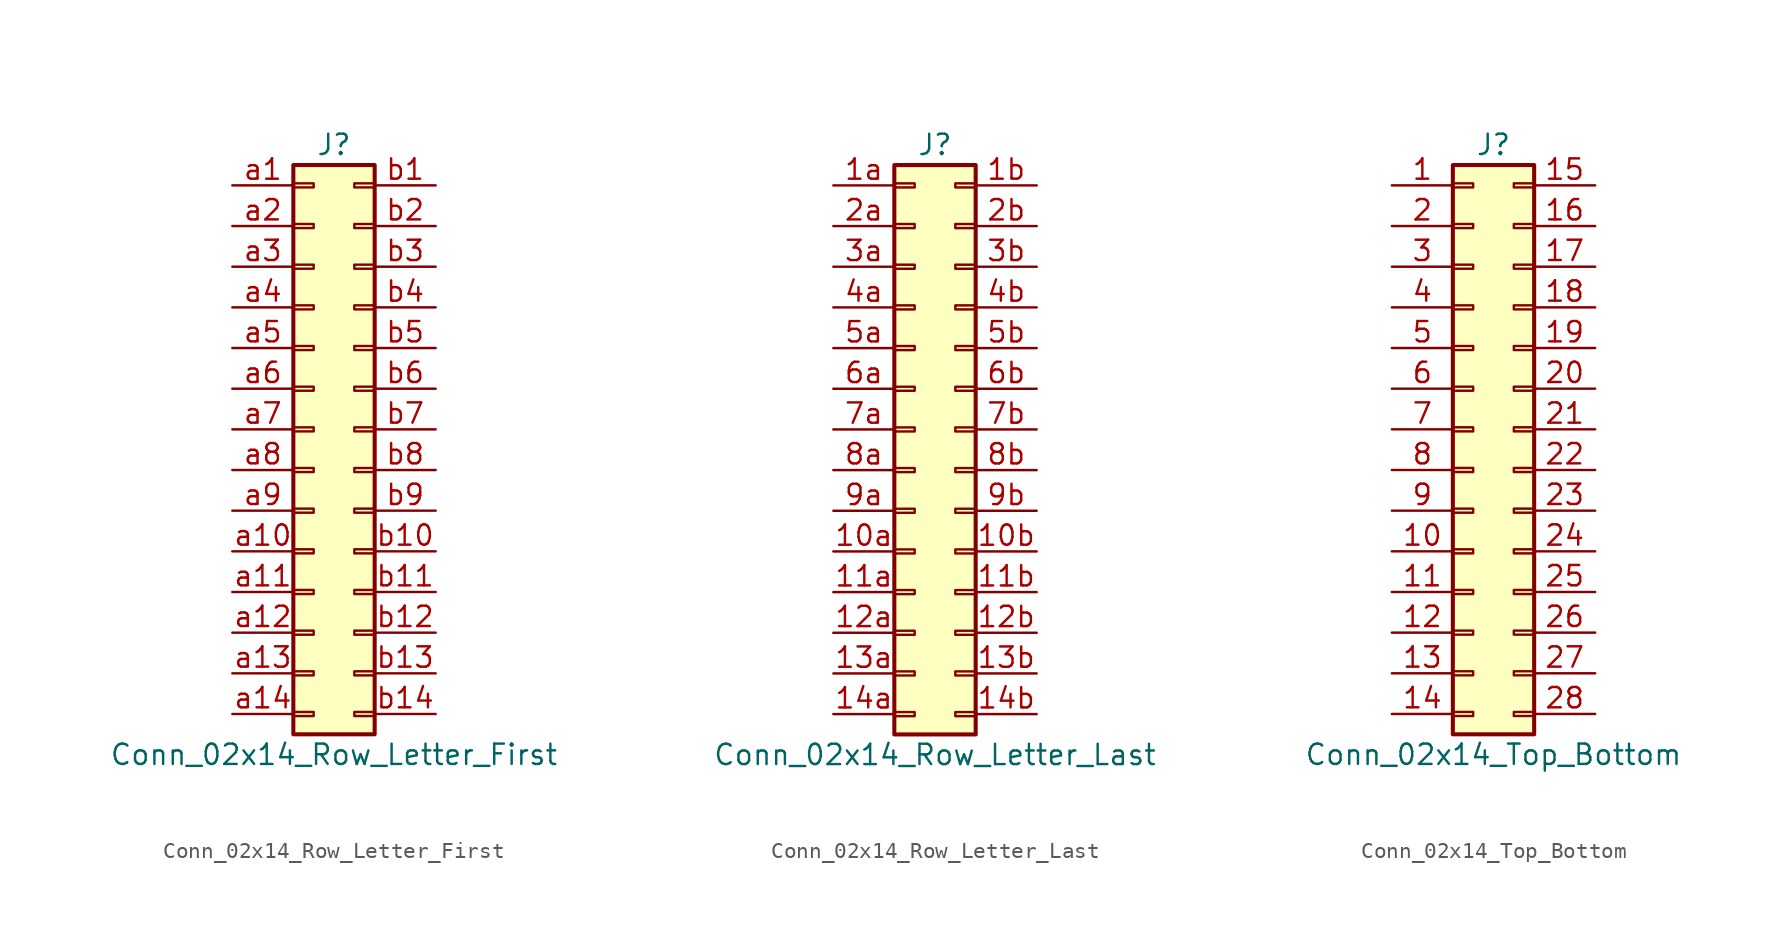
<source format=kicad_sym>
(kicad_symbol_lib
  (version 20201005)
  (generator kicad_symbol_editor)
  (symbol "Connector_Generic:Conn_02x14_Row_Letter_First"
    (pin_names
      (offset 1.016) hide)
    (property "Reference" "J"
      (at 1.27 17.78 0)
      (effects (font (size 1.27 1.27))))
    (property "Value" "Conn_02x14_Row_Letter_First"
      (at 1.27 -20.32 0)
      (effects (font (size 1.27 1.27))))
    (symbol "Conn_02x14_Row_Letter_First_1_1"
      (rectangle (start -1.27 -4.953) (end 0 -5.207) (stroke (width 0.152)) (fill (type none)))
      (rectangle (start -1.27 -7.493) (end 0 -7.747) (stroke (width 0.152)) (fill (type none)))
      (rectangle (start -1.27 -10.033) (end 0 -10.287) (stroke (width 0.152)) (fill (type none)))
      (rectangle (start -1.27 -12.573) (end 0 -12.827) (stroke (width 0.152)) (fill (type none)))
      (rectangle (start -1.27 -15.113) (end 0 -15.367) (stroke (width 0.152)) (fill (type none)))
      (rectangle (start -1.27 -17.653) (end 0 -17.907) (stroke (width 0.152)) (fill (type none)))
      (rectangle (start -1.27 -2.413) (end 0 -2.667) (stroke (width 0.152)) (fill (type none)))
      (rectangle (start -1.27 2.667) (end 0 2.413) (stroke (width 0.152)) (fill (type none)))
      (rectangle (start -1.27 5.207) (end 0 4.953) (stroke (width 0.152)) (fill (type none)))
      (rectangle (start -1.27 7.747) (end 0 7.493) (stroke (width 0.152)) (fill (type none)))
      (rectangle (start -1.27 10.287) (end 0 10.033) (stroke (width 0.152)) (fill (type none)))
      (rectangle (start -1.27 0.127) (end 0 -0.127) (stroke (width 0.152)) (fill (type none)))
      (rectangle (start -1.27 12.827) (end 0 12.573) (stroke (width 0.152)) (fill (type none)))
      (rectangle (start -1.27 15.367) (end 0 15.113) (stroke (width 0.152)) (fill (type none)))
      (rectangle (start -1.27 16.51) (end 3.81 -19.05) (stroke (width 0.254)) (fill (type background)))
      (rectangle (start 3.81 -4.953) (end 2.54 -5.207) (stroke (width 0.152)) (fill (type none)))
      (rectangle (start 3.81 -7.493) (end 2.54 -7.747) (stroke (width 0.152)) (fill (type none)))
      (rectangle (start 3.81 -10.033) (end 2.54 -10.287) (stroke (width 0.152)) (fill (type none)))
      (rectangle (start 3.81 -12.573) (end 2.54 -12.827) (stroke (width 0.152)) (fill (type none)))
      (rectangle (start 3.81 -15.113) (end 2.54 -15.367) (stroke (width 0.152)) (fill (type none)))
      (rectangle (start 3.81 -17.653) (end 2.54 -17.907) (stroke (width 0.152)) (fill (type none)))
      (rectangle (start 3.81 -2.413) (end 2.54 -2.667) (stroke (width 0.152)) (fill (type none)))
      (rectangle (start 3.81 2.667) (end 2.54 2.413) (stroke (width 0.152)) (fill (type none)))
      (rectangle (start 3.81 5.207) (end 2.54 4.953) (stroke (width 0.152)) (fill (type none)))
      (rectangle (start 3.81 7.747) (end 2.54 7.493) (stroke (width 0.152)) (fill (type none)))
      (rectangle (start 3.81 10.287) (end 2.54 10.033) (stroke (width 0.152)) (fill (type none)))
      (rectangle (start 3.81 0.127) (end 2.54 -0.127) (stroke (width 0.152)) (fill (type none)))
      (rectangle (start 3.81 12.827) (end 2.54 12.573) (stroke (width 0.152)) (fill (type none)))
      (rectangle (start 3.81 15.367) (end 2.54 15.113) (stroke (width 0.152)) (fill (type none)))
      (pin passive line (at -5.08 15.24 0) (length 3.81) (name "Pin_a1" (effects (font (size 1.27 1.27)))) (number "a1" (effects (font (size 1.27 1.27)))))
      (pin passive line (at -5.08 -7.62 0) (length 3.81) (name "Pin_a10" (effects (font (size 1.27 1.27)))) (number "a10" (effects (font (size 1.27 1.27)))))
      (pin passive line (at -5.08 -10.16 0) (length 3.81) (name "Pin_a11" (effects (font (size 1.27 1.27)))) (number "a11" (effects (font (size 1.27 1.27)))))
      (pin passive line (at -5.08 -12.7 0) (length 3.81) (name "Pin_a12" (effects (font (size 1.27 1.27)))) (number "a12" (effects (font (size 1.27 1.27)))))
      (pin passive line (at -5.08 -15.24 0) (length 3.81) (name "Pin_a13" (effects (font (size 1.27 1.27)))) (number "a13" (effects (font (size 1.27 1.27)))))
      (pin passive line (at -5.08 -17.78 0) (length 3.81) (name "Pin_a14" (effects (font (size 1.27 1.27)))) (number "a14" (effects (font (size 1.27 1.27)))))
      (pin passive line (at -5.08 12.7 0) (length 3.81) (name "Pin_a2" (effects (font (size 1.27 1.27)))) (number "a2" (effects (font (size 1.27 1.27)))))
      (pin passive line (at -5.08 10.16 0) (length 3.81) (name "Pin_a3" (effects (font (size 1.27 1.27)))) (number "a3" (effects (font (size 1.27 1.27)))))
      (pin passive line (at -5.08 7.62 0) (length 3.81) (name "Pin_a4" (effects (font (size 1.27 1.27)))) (number "a4" (effects (font (size 1.27 1.27)))))
      (pin passive line (at -5.08 5.08 0) (length 3.81) (name "Pin_a5" (effects (font (size 1.27 1.27)))) (number "a5" (effects (font (size 1.27 1.27)))))
      (pin passive line (at -5.08 2.54 0) (length 3.81) (name "Pin_a6" (effects (font (size 1.27 1.27)))) (number "a6" (effects (font (size 1.27 1.27)))))
      (pin passive line (at -5.08 0 0) (length 3.81) (name "Pin_a7" (effects (font (size 1.27 1.27)))) (number "a7" (effects (font (size 1.27 1.27)))))
      (pin passive line (at -5.08 -2.54 0) (length 3.81) (name "Pin_a8" (effects (font (size 1.27 1.27)))) (number "a8" (effects (font (size 1.27 1.27)))))
      (pin passive line (at -5.08 -5.08 0) (length 3.81) (name "Pin_a9" (effects (font (size 1.27 1.27)))) (number "a9" (effects (font (size 1.27 1.27)))))
      (pin passive line (at 7.62 15.24 180) (length 3.81) (name "Pin_b1" (effects (font (size 1.27 1.27)))) (number "b1" (effects (font (size 1.27 1.27)))))
      (pin passive line (at 7.62 -7.62 180) (length 3.81) (name "Pin_b10" (effects (font (size 1.27 1.27)))) (number "b10" (effects (font (size 1.27 1.27)))))
      (pin passive line (at 7.62 -10.16 180) (length 3.81) (name "Pin_b11" (effects (font (size 1.27 1.27)))) (number "b11" (effects (font (size 1.27 1.27)))))
      (pin passive line (at 7.62 -12.7 180) (length 3.81) (name "Pin_b12" (effects (font (size 1.27 1.27)))) (number "b12" (effects (font (size 1.27 1.27)))))
      (pin passive line (at 7.62 -15.24 180) (length 3.81) (name "Pin_b13" (effects (font (size 1.27 1.27)))) (number "b13" (effects (font (size 1.27 1.27)))))
      (pin passive line (at 7.62 -17.78 180) (length 3.81) (name "Pin_b14" (effects (font (size 1.27 1.27)))) (number "b14" (effects (font (size 1.27 1.27)))))
      (pin passive line (at 7.62 12.7 180) (length 3.81) (name "Pin_b2" (effects (font (size 1.27 1.27)))) (number "b2" (effects (font (size 1.27 1.27)))))
      (pin passive line (at 7.62 10.16 180) (length 3.81) (name "Pin_b3" (effects (font (size 1.27 1.27)))) (number "b3" (effects (font (size 1.27 1.27)))))
      (pin passive line (at 7.62 7.62 180) (length 3.81) (name "Pin_b4" (effects (font (size 1.27 1.27)))) (number "b4" (effects (font (size 1.27 1.27)))))
      (pin passive line (at 7.62 5.08 180) (length 3.81) (name "Pin_b5" (effects (font (size 1.27 1.27)))) (number "b5" (effects (font (size 1.27 1.27)))))
      (pin passive line (at 7.62 2.54 180) (length 3.81) (name "Pin_b6" (effects (font (size 1.27 1.27)))) (number "b6" (effects (font (size 1.27 1.27)))))
      (pin passive line (at 7.62 0 180) (length 3.81) (name "Pin_b7" (effects (font (size 1.27 1.27)))) (number "b7" (effects (font (size 1.27 1.27)))))
      (pin passive line (at 7.62 -2.54 180) (length 3.81) (name "Pin_b8" (effects (font (size 1.27 1.27)))) (number "b8" (effects (font (size 1.27 1.27)))))
      (pin passive line (at 7.62 -5.08 180) (length 3.81) (name "Pin_b9" (effects (font (size 1.27 1.27)))) (number "b9" (effects (font (size 1.27 1.27)))))))
  (symbol "Connector_Generic:Conn_02x14_Row_Letter_Last"
    (pin_names
      (offset 1.016) hide)
    (property "Reference" "J"
      (at 1.27 17.78 0)
      (effects (font (size 1.27 1.27))))
    (property "Value" "Conn_02x14_Row_Letter_Last"
      (at 1.27 -20.32 0)
      (effects (font (size 1.27 1.27))))
    (symbol "Conn_02x14_Row_Letter_Last_1_1"
      (rectangle (start -1.27 -4.953) (end 0 -5.207) (stroke (width 0.152)) (fill (type none)))
      (rectangle (start -1.27 -7.493) (end 0 -7.747) (stroke (width 0.152)) (fill (type none)))
      (rectangle (start -1.27 -10.033) (end 0 -10.287) (stroke (width 0.152)) (fill (type none)))
      (rectangle (start -1.27 -12.573) (end 0 -12.827) (stroke (width 0.152)) (fill (type none)))
      (rectangle (start -1.27 -15.113) (end 0 -15.367) (stroke (width 0.152)) (fill (type none)))
      (rectangle (start -1.27 -17.653) (end 0 -17.907) (stroke (width 0.152)) (fill (type none)))
      (rectangle (start -1.27 -2.413) (end 0 -2.667) (stroke (width 0.152)) (fill (type none)))
      (rectangle (start -1.27 2.667) (end 0 2.413) (stroke (width 0.152)) (fill (type none)))
      (rectangle (start -1.27 5.207) (end 0 4.953) (stroke (width 0.152)) (fill (type none)))
      (rectangle (start -1.27 7.747) (end 0 7.493) (stroke (width 0.152)) (fill (type none)))
      (rectangle (start -1.27 10.287) (end 0 10.033) (stroke (width 0.152)) (fill (type none)))
      (rectangle (start -1.27 0.127) (end 0 -0.127) (stroke (width 0.152)) (fill (type none)))
      (rectangle (start -1.27 12.827) (end 0 12.573) (stroke (width 0.152)) (fill (type none)))
      (rectangle (start -1.27 15.367) (end 0 15.113) (stroke (width 0.152)) (fill (type none)))
      (rectangle (start -1.27 16.51) (end 3.81 -19.05) (stroke (width 0.254)) (fill (type background)))
      (rectangle (start 3.81 -4.953) (end 2.54 -5.207) (stroke (width 0.152)) (fill (type none)))
      (rectangle (start 3.81 -7.493) (end 2.54 -7.747) (stroke (width 0.152)) (fill (type none)))
      (rectangle (start 3.81 -10.033) (end 2.54 -10.287) (stroke (width 0.152)) (fill (type none)))
      (rectangle (start 3.81 -12.573) (end 2.54 -12.827) (stroke (width 0.152)) (fill (type none)))
      (rectangle (start 3.81 -15.113) (end 2.54 -15.367) (stroke (width 0.152)) (fill (type none)))
      (rectangle (start 3.81 -17.653) (end 2.54 -17.907) (stroke (width 0.152)) (fill (type none)))
      (rectangle (start 3.81 -2.413) (end 2.54 -2.667) (stroke (width 0.152)) (fill (type none)))
      (rectangle (start 3.81 2.667) (end 2.54 2.413) (stroke (width 0.152)) (fill (type none)))
      (rectangle (start 3.81 5.207) (end 2.54 4.953) (stroke (width 0.152)) (fill (type none)))
      (rectangle (start 3.81 7.747) (end 2.54 7.493) (stroke (width 0.152)) (fill (type none)))
      (rectangle (start 3.81 10.287) (end 2.54 10.033) (stroke (width 0.152)) (fill (type none)))
      (rectangle (start 3.81 0.127) (end 2.54 -0.127) (stroke (width 0.152)) (fill (type none)))
      (rectangle (start 3.81 12.827) (end 2.54 12.573) (stroke (width 0.152)) (fill (type none)))
      (rectangle (start 3.81 15.367) (end 2.54 15.113) (stroke (width 0.152)) (fill (type none)))
      (pin passive line (at -5.08 -7.62 0) (length 3.81) (name "Pin_10a" (effects (font (size 1.27 1.27)))) (number "10a" (effects (font (size 1.27 1.27)))))
      (pin passive line (at 7.62 -7.62 180) (length 3.81) (name "Pin_10b" (effects (font (size 1.27 1.27)))) (number "10b" (effects (font (size 1.27 1.27)))))
      (pin passive line (at -5.08 -10.16 0) (length 3.81) (name "Pin_11a" (effects (font (size 1.27 1.27)))) (number "11a" (effects (font (size 1.27 1.27)))))
      (pin passive line (at 7.62 -10.16 180) (length 3.81) (name "Pin_11b" (effects (font (size 1.27 1.27)))) (number "11b" (effects (font (size 1.27 1.27)))))
      (pin passive line (at -5.08 -12.7 0) (length 3.81) (name "Pin_12a" (effects (font (size 1.27 1.27)))) (number "12a" (effects (font (size 1.27 1.27)))))
      (pin passive line (at 7.62 -12.7 180) (length 3.81) (name "Pin_12b" (effects (font (size 1.27 1.27)))) (number "12b" (effects (font (size 1.27 1.27)))))
      (pin passive line (at -5.08 -15.24 0) (length 3.81) (name "Pin_13a" (effects (font (size 1.27 1.27)))) (number "13a" (effects (font (size 1.27 1.27)))))
      (pin passive line (at 7.62 -15.24 180) (length 3.81) (name "Pin_13b" (effects (font (size 1.27 1.27)))) (number "13b" (effects (font (size 1.27 1.27)))))
      (pin passive line (at -5.08 -17.78 0) (length 3.81) (name "Pin_14a" (effects (font (size 1.27 1.27)))) (number "14a" (effects (font (size 1.27 1.27)))))
      (pin passive line (at 7.62 -17.78 180) (length 3.81) (name "Pin_14b" (effects (font (size 1.27 1.27)))) (number "14b" (effects (font (size 1.27 1.27)))))
      (pin passive line (at -5.08 15.24 0) (length 3.81) (name "Pin_1a" (effects (font (size 1.27 1.27)))) (number "1a" (effects (font (size 1.27 1.27)))))
      (pin passive line (at 7.62 15.24 180) (length 3.81) (name "Pin_1b" (effects (font (size 1.27 1.27)))) (number "1b" (effects (font (size 1.27 1.27)))))
      (pin passive line (at -5.08 12.7 0) (length 3.81) (name "Pin_2a" (effects (font (size 1.27 1.27)))) (number "2a" (effects (font (size 1.27 1.27)))))
      (pin passive line (at 7.62 12.7 180) (length 3.81) (name "Pin_2b" (effects (font (size 1.27 1.27)))) (number "2b" (effects (font (size 1.27 1.27)))))
      (pin passive line (at -5.08 10.16 0) (length 3.81) (name "Pin_3a" (effects (font (size 1.27 1.27)))) (number "3a" (effects (font (size 1.27 1.27)))))
      (pin passive line (at 7.62 10.16 180) (length 3.81) (name "Pin_3b" (effects (font (size 1.27 1.27)))) (number "3b" (effects (font (size 1.27 1.27)))))
      (pin passive line (at -5.08 7.62 0) (length 3.81) (name "Pin_4a" (effects (font (size 1.27 1.27)))) (number "4a" (effects (font (size 1.27 1.27)))))
      (pin passive line (at 7.62 7.62 180) (length 3.81) (name "Pin_4b" (effects (font (size 1.27 1.27)))) (number "4b" (effects (font (size 1.27 1.27)))))
      (pin passive line (at -5.08 5.08 0) (length 3.81) (name "Pin_5a" (effects (font (size 1.27 1.27)))) (number "5a" (effects (font (size 1.27 1.27)))))
      (pin passive line (at 7.62 5.08 180) (length 3.81) (name "Pin_5b" (effects (font (size 1.27 1.27)))) (number "5b" (effects (font (size 1.27 1.27)))))
      (pin passive line (at -5.08 2.54 0) (length 3.81) (name "Pin_6a" (effects (font (size 1.27 1.27)))) (number "6a" (effects (font (size 1.27 1.27)))))
      (pin passive line (at 7.62 2.54 180) (length 3.81) (name "Pin_6b" (effects (font (size 1.27 1.27)))) (number "6b" (effects (font (size 1.27 1.27)))))
      (pin passive line (at -5.08 0 0) (length 3.81) (name "Pin_7a" (effects (font (size 1.27 1.27)))) (number "7a" (effects (font (size 1.27 1.27)))))
      (pin passive line (at 7.62 0 180) (length 3.81) (name "Pin_7b" (effects (font (size 1.27 1.27)))) (number "7b" (effects (font (size 1.27 1.27)))))
      (pin passive line (at -5.08 -2.54 0) (length 3.81) (name "Pin_8a" (effects (font (size 1.27 1.27)))) (number "8a" (effects (font (size 1.27 1.27)))))
      (pin passive line (at 7.62 -2.54 180) (length 3.81) (name "Pin_8b" (effects (font (size 1.27 1.27)))) (number "8b" (effects (font (size 1.27 1.27)))))
      (pin passive line (at -5.08 -5.08 0) (length 3.81) (name "Pin_9a" (effects (font (size 1.27 1.27)))) (number "9a" (effects (font (size 1.27 1.27)))))
      (pin passive line (at 7.62 -5.08 180) (length 3.81) (name "Pin_9b" (effects (font (size 1.27 1.27)))) (number "9b" (effects (font (size 1.27 1.27)))))))
  (symbol "Connector_Generic:Conn_02x14_Top_Bottom"
    (pin_names
      (offset 1.016) hide)
    (property "Reference" "J"
      (at 1.27 17.78 0)
      (effects (font (size 1.27 1.27))))
    (property "Value" "Conn_02x14_Top_Bottom"
      (at 1.27 -20.32 0)
      (effects (font (size 1.27 1.27))))
    (symbol "Conn_02x14_Top_Bottom_1_1"
      (rectangle (start -1.27 -4.953) (end 0 -5.207) (stroke (width 0.152)) (fill (type none)))
      (rectangle (start -1.27 -7.493) (end 0 -7.747) (stroke (width 0.152)) (fill (type none)))
      (rectangle (start -1.27 -10.033) (end 0 -10.287) (stroke (width 0.152)) (fill (type none)))
      (rectangle (start -1.27 -12.573) (end 0 -12.827) (stroke (width 0.152)) (fill (type none)))
      (rectangle (start -1.27 -15.113) (end 0 -15.367) (stroke (width 0.152)) (fill (type none)))
      (rectangle (start -1.27 -17.653) (end 0 -17.907) (stroke (width 0.152)) (fill (type none)))
      (rectangle (start -1.27 -2.413) (end 0 -2.667) (stroke (width 0.152)) (fill (type none)))
      (rectangle (start -1.27 2.667) (end 0 2.413) (stroke (width 0.152)) (fill (type none)))
      (rectangle (start -1.27 5.207) (end 0 4.953) (stroke (width 0.152)) (fill (type none)))
      (rectangle (start -1.27 7.747) (end 0 7.493) (stroke (width 0.152)) (fill (type none)))
      (rectangle (start -1.27 10.287) (end 0 10.033) (stroke (width 0.152)) (fill (type none)))
      (rectangle (start -1.27 0.127) (end 0 -0.127) (stroke (width 0.152)) (fill (type none)))
      (rectangle (start -1.27 12.827) (end 0 12.573) (stroke (width 0.152)) (fill (type none)))
      (rectangle (start -1.27 15.367) (end 0 15.113) (stroke (width 0.152)) (fill (type none)))
      (rectangle (start -1.27 16.51) (end 3.81 -19.05) (stroke (width 0.254)) (fill (type background)))
      (rectangle (start 3.81 -4.953) (end 2.54 -5.207) (stroke (width 0.152)) (fill (type none)))
      (rectangle (start 3.81 -7.493) (end 2.54 -7.747) (stroke (width 0.152)) (fill (type none)))
      (rectangle (start 3.81 -10.033) (end 2.54 -10.287) (stroke (width 0.152)) (fill (type none)))
      (rectangle (start 3.81 -12.573) (end 2.54 -12.827) (stroke (width 0.152)) (fill (type none)))
      (rectangle (start 3.81 -15.113) (end 2.54 -15.367) (stroke (width 0.152)) (fill (type none)))
      (rectangle (start 3.81 -17.653) (end 2.54 -17.907) (stroke (width 0.152)) (fill (type none)))
      (rectangle (start 3.81 -2.413) (end 2.54 -2.667) (stroke (width 0.152)) (fill (type none)))
      (rectangle (start 3.81 2.667) (end 2.54 2.413) (stroke (width 0.152)) (fill (type none)))
      (rectangle (start 3.81 5.207) (end 2.54 4.953) (stroke (width 0.152)) (fill (type none)))
      (rectangle (start 3.81 7.747) (end 2.54 7.493) (stroke (width 0.152)) (fill (type none)))
      (rectangle (start 3.81 10.287) (end 2.54 10.033) (stroke (width 0.152)) (fill (type none)))
      (rectangle (start 3.81 0.127) (end 2.54 -0.127) (stroke (width 0.152)) (fill (type none)))
      (rectangle (start 3.81 12.827) (end 2.54 12.573) (stroke (width 0.152)) (fill (type none)))
      (rectangle (start 3.81 15.367) (end 2.54 15.113) (stroke (width 0.152)) (fill (type none)))
      (pin passive line (at -5.08 15.24 0) (length 3.81) (name "Pin_1" (effects (font (size 1.27 1.27)))) (number "1" (effects (font (size 1.27 1.27)))))
      (pin passive line (at -5.08 -7.62 0) (length 3.81) (name "Pin_10" (effects (font (size 1.27 1.27)))) (number "10" (effects (font (size 1.27 1.27)))))
      (pin passive line (at -5.08 -10.16 0) (length 3.81) (name "Pin_11" (effects (font (size 1.27 1.27)))) (number "11" (effects (font (size 1.27 1.27)))))
      (pin passive line (at -5.08 -12.7 0) (length 3.81) (name "Pin_12" (effects (font (size 1.27 1.27)))) (number "12" (effects (font (size 1.27 1.27)))))
      (pin passive line (at -5.08 -15.24 0) (length 3.81) (name "Pin_13" (effects (font (size 1.27 1.27)))) (number "13" (effects (font (size 1.27 1.27)))))
      (pin passive line (at -5.08 -17.78 0) (length 3.81) (name "Pin_14" (effects (font (size 1.27 1.27)))) (number "14" (effects (font (size 1.27 1.27)))))
      (pin passive line (at 7.62 15.24 180) (length 3.81) (name "Pin_15" (effects (font (size 1.27 1.27)))) (number "15" (effects (font (size 1.27 1.27)))))
      (pin passive line (at 7.62 12.7 180) (length 3.81) (name "Pin_16" (effects (font (size 1.27 1.27)))) (number "16" (effects (font (size 1.27 1.27)))))
      (pin passive line (at 7.62 10.16 180) (length 3.81) (name "Pin_17" (effects (font (size 1.27 1.27)))) (number "17" (effects (font (size 1.27 1.27)))))
      (pin passive line (at 7.62 7.62 180) (length 3.81) (name "Pin_18" (effects (font (size 1.27 1.27)))) (number "18" (effects (font (size 1.27 1.27)))))
      (pin passive line (at 7.62 5.08 180) (length 3.81) (name "Pin_19" (effects (font (size 1.27 1.27)))) (number "19" (effects (font (size 1.27 1.27)))))
      (pin passive line (at -5.08 12.7 0) (length 3.81) (name "Pin_2" (effects (font (size 1.27 1.27)))) (number "2" (effects (font (size 1.27 1.27)))))
      (pin passive line (at 7.62 2.54 180) (length 3.81) (name "Pin_20" (effects (font (size 1.27 1.27)))) (number "20" (effects (font (size 1.27 1.27)))))
      (pin passive line (at 7.62 0 180) (length 3.81) (name "Pin_21" (effects (font (size 1.27 1.27)))) (number "21" (effects (font (size 1.27 1.27)))))
      (pin passive line (at 7.62 -2.54 180) (length 3.81) (name "Pin_22" (effects (font (size 1.27 1.27)))) (number "22" (effects (font (size 1.27 1.27)))))
      (pin passive line (at 7.62 -5.08 180) (length 3.81) (name "Pin_23" (effects (font (size 1.27 1.27)))) (number "23" (effects (font (size 1.27 1.27)))))
      (pin passive line (at 7.62 -7.62 180) (length 3.81) (name "Pin_24" (effects (font (size 1.27 1.27)))) (number "24" (effects (font (size 1.27 1.27)))))
      (pin passive line (at 7.62 -10.16 180) (length 3.81) (name "Pin_25" (effects (font (size 1.27 1.27)))) (number "25" (effects (font (size 1.27 1.27)))))
      (pin passive line (at 7.62 -12.7 180) (length 3.81) (name "Pin_26" (effects (font (size 1.27 1.27)))) (number "26" (effects (font (size 1.27 1.27)))))
      (pin passive line (at 7.62 -15.24 180) (length 3.81) (name "Pin_27" (effects (font (size 1.27 1.27)))) (number "27" (effects (font (size 1.27 1.27)))))
      (pin passive line (at 7.62 -17.78 180) (length 3.81) (name "Pin_28" (effects (font (size 1.27 1.27)))) (number "28" (effects (font (size 1.27 1.27)))))
      (pin passive line (at -5.08 10.16 0) (length 3.81) (name "Pin_3" (effects (font (size 1.27 1.27)))) (number "3" (effects (font (size 1.27 1.27)))))
      (pin passive line (at -5.08 7.62 0) (length 3.81) (name "Pin_4" (effects (font (size 1.27 1.27)))) (number "4" (effects (font (size 1.27 1.27)))))
      (pin passive line (at -5.08 5.08 0) (length 3.81) (name "Pin_5" (effects (font (size 1.27 1.27)))) (number "5" (effects (font (size 1.27 1.27)))))
      (pin passive line (at -5.08 2.54 0) (length 3.81) (name "Pin_6" (effects (font (size 1.27 1.27)))) (number "6" (effects (font (size 1.27 1.27)))))
      (pin passive line (at -5.08 0 0) (length 3.81) (name "Pin_7" (effects (font (size 1.27 1.27)))) (number "7" (effects (font (size 1.27 1.27)))))
      (pin passive line (at -5.08 -2.54 0) (length 3.81) (name "Pin_8" (effects (font (size 1.27 1.27)))) (number "8" (effects (font (size 1.27 1.27)))))
      (pin passive line (at -5.08 -5.08 0) (length 3.81) (name "Pin_9" (effects (font (size 1.27 1.27)))) (number "9" (effects (font (size 1.27 1.27))))))))
</source>
